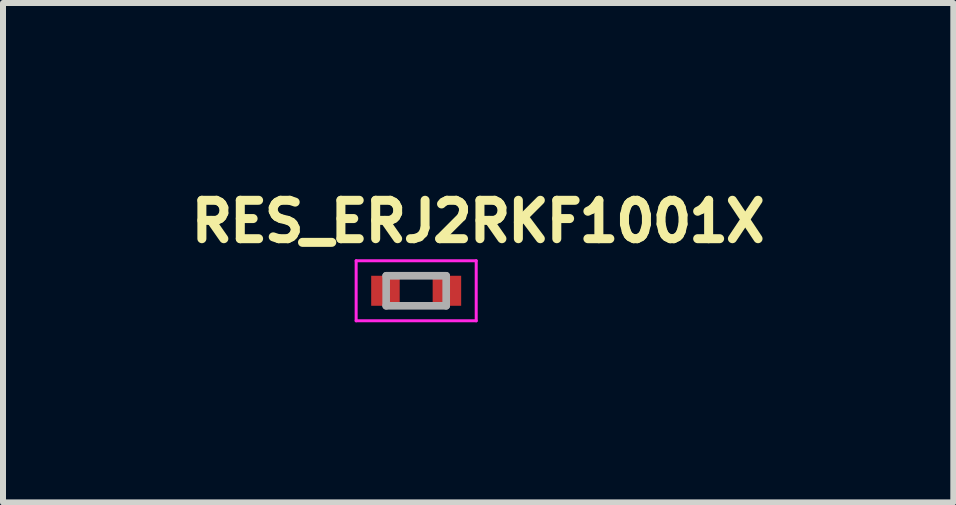
<source format=kicad_pcb>
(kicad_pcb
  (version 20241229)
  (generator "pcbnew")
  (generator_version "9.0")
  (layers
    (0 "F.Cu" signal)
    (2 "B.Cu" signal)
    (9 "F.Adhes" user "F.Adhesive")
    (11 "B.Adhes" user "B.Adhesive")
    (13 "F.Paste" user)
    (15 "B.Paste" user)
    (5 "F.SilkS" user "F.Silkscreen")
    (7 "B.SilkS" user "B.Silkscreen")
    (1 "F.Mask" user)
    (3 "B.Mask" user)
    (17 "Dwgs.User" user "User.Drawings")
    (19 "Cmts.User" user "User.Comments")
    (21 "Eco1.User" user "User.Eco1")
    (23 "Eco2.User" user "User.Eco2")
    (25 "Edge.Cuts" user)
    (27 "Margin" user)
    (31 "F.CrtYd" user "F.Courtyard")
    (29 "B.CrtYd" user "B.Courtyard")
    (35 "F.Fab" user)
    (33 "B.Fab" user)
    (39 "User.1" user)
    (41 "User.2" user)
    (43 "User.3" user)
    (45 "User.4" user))
  (footprint "RES_ERJ2RKF1001X"
    (layer "F.Cu")
    (at 3.883 1.794)
    (property "Reference" "RES_ERJ2RKF1001X" (at 1.032 -1.156 0) (layer "F.SilkS") (effects (font (size 0.64 0.64) (thickness 0.15))))
    (attr smd)
    (fp_line (start -1 -0.5) (end -1 0.5) (stroke (width 0.05) (type solid)) (layer "F.CrtYd"))
    (fp_line (start -1 0.5) (end 1 0.5) (stroke (width 0.05) (type solid)) (layer "F.CrtYd"))
    (fp_line (start 1 -0.5) (end -1 -0.5) (stroke (width 0.05) (type solid)) (layer "F.CrtYd"))
    (fp_line (start 1 0.5) (end 1 -0.5) (stroke (width 0.05) (type solid)) (layer "F.CrtYd"))
    (fp_line (start -0.5 -0.25) (end -0.5 0.25) (stroke (width 0.127) (type solid)) (layer "F.Fab"))
    (fp_line (start -0.5 -0.25) (end 0.5 -0.25) (stroke (width 0.127) (type solid)) (layer "F.Fab"))
    (fp_line (start -0.5 0.25) (end 0.5 0.25) (stroke (width 0.127) (type solid)) (layer "F.Fab"))
    (fp_line (start 0.5 -0.25) (end 0.5 0.25) (stroke (width 0.127) (type solid)) (layer "F.Fab"))
    (pad "1" smd rect (at -0.512 0) (size 0.475 0.5) (layers "F.Cu" "F.Mask" "F.Paste"))
    (pad "2" smd rect (at 0.512 0) (size 0.475 0.5) (layers "F.Cu" "F.Mask" "F.Paste")))
  (gr_rect
    (start -3 -3)
    (end 12.831 5.319)
    (stroke (width 0.1) (type default))
    (fill no)
    (layer "Edge.Cuts")))
</source>
